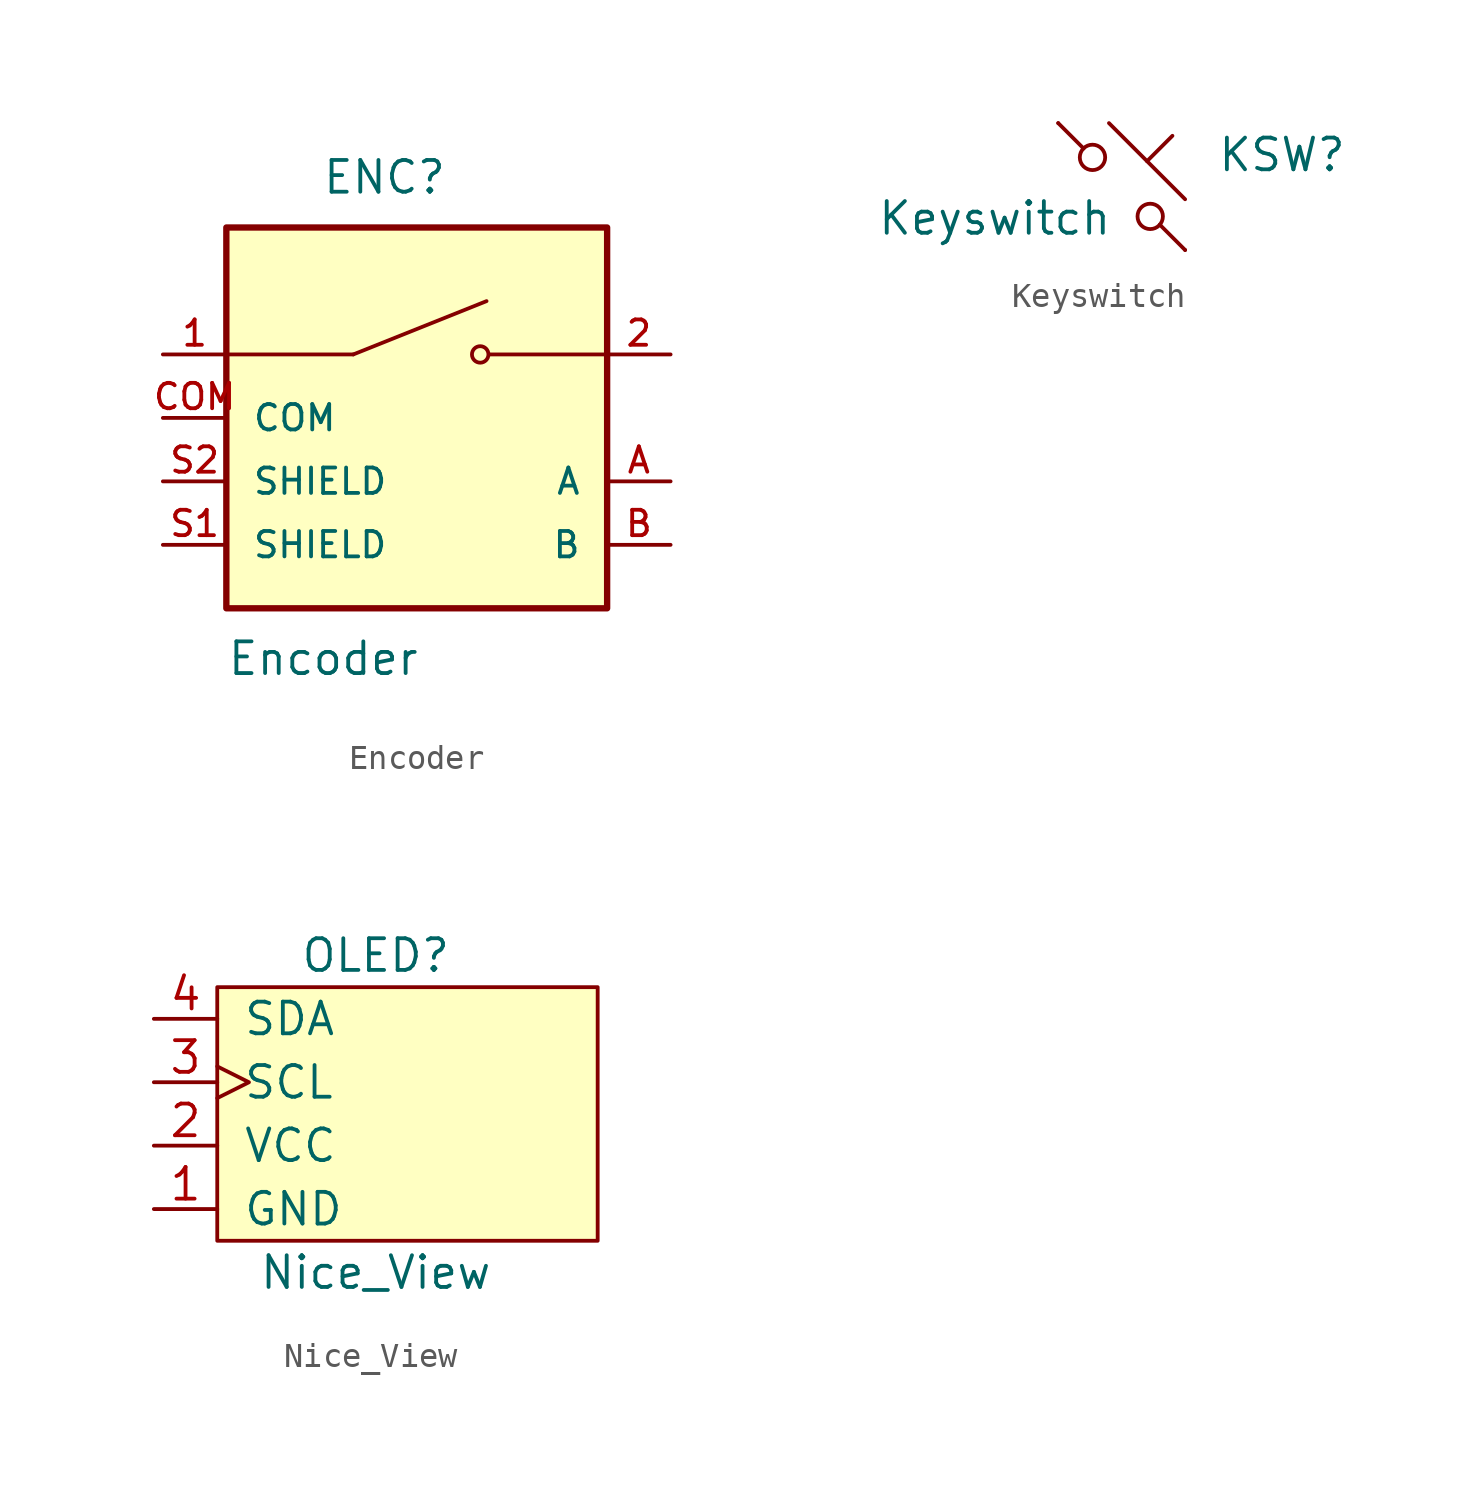
<source format=kicad_sym>
(kicad_symbol_lib
  (version 20220914)
  (generator kicad_symbol_editor)
  (symbol "Encoder"
    (pin_names
      (offset 1.016))
    (property "Reference" "ENC"
      (at -3.81 8.89 0)
      (effects (font (size 1.27 1.27)) (justify left bottom)))
    (property "Value" "Encoder"
      (at -7.62 -8.89 0)
      (effects (font (size 1.27 1.27)) (justify left top)))
    (symbol "Encoder_0_0"
      (rectangle (start -7.62 -7.62) (end 7.62 7.62) (stroke (width 0.254) (type default)) (fill (type background)))
      (polyline (pts (xy -2.54 2.54) (xy -7.62 2.54)) (stroke (width 0.152) (type default)) (fill (type none)))
      (polyline (pts (xy -2.54 2.54) (xy 2.794 4.674)) (stroke (width 0.152) (type default)) (fill (type none)))
      (polyline (pts (xy 7.62 2.54) (xy 2.921 2.54)) (stroke (width 0.152) (type default)) (fill (type none)))
      (circle (center 2.54 2.54) (radius 0.33) (stroke (width 0.152) (type default)) (fill (type none)))
      (pin passive line (at -10.16 2.54 0) (length 2.54) (name "~" (effects (font (size 1.016 1.016)))) (number "1" (effects (font (size 1.016 1.016)))))
      (pin passive line (at 10.16 2.54 180) (length 2.54) (name "~" (effects (font (size 1.016 1.016)))) (number "2" (effects (font (size 1.016 1.016)))))
      (pin passive line (at 10.16 -2.54 180) (length 2.54) (name "A" (effects (font (size 1.016 1.016)))) (number "A" (effects (font (size 1.016 1.016)))))
      (pin passive line (at 10.16 -5.08 180) (length 2.54) (name "B" (effects (font (size 1.016 1.016)))) (number "B" (effects (font (size 1.016 1.016)))))
      (pin passive line (at -10.16 0 0) (length 2.54) (name "COM" (effects (font (size 1.016 1.016)))) (number "COM" (effects (font (size 1.016 1.016)))))
      (pin passive line (at -10.16 -5.08 0) (length 2.54) (name "SHIELD" (effects (font (size 1.016 1.016)))) (number "S1" (effects (font (size 1.016 1.016)))))
      (pin passive line (at -10.16 -2.54 0) (length 2.54) (name "SHIELD" (effects (font (size 1.016 1.016)))) (number "S2" (effects (font (size 1.016 1.016)))))))
  (symbol "Keyswitch"
    (pin_numbers hide)
    (pin_names
      (offset 1.016) hide)
    (property "Reference" "KSW"
      (at 3.81 1.27 0)
      (effects (font (size 1.27 1.27)) (justify left)))
    (property "Value" "Keyswitch"
      (at -5.08 -1.27 0)
      (effects (font (size 1.27 1.27))))
    (symbol "Keyswitch_0_1"
      (circle (center -1.168 1.168) (radius 0.508) (stroke (width 0) (type default)) (fill (type none)))
      (polyline (pts (xy -0.508 2.54) (xy 2.54 -0.508)) (stroke (width 0) (type default)) (fill (type none)))
      (polyline (pts (xy 1.016 1.016) (xy 2.032 2.032)) (stroke (width 0) (type default)) (fill (type none)))
      (polyline (pts (xy -2.54 2.54) (xy -1.524 1.524) (xy -1.524 1.524)) (stroke (width 0) (type default)) (fill (type none)))
      (polyline (pts (xy 1.524 -1.524) (xy 2.54 -2.54) (xy 2.54 -2.54) (xy 2.54 -2.54)) (stroke (width 0) (type default)) (fill (type none)))
      (circle (center 1.143 -1.194) (radius 0.508) (stroke (width 0) (type default)) (fill (type none)))
      (pin passive line (at -2.54 2.54 0) (length 0) (name "1" (effects (font (size 1.27 1.27)))) (number "1" (effects (font (size 1.27 1.27)))))
      (pin passive line (at 2.54 -2.54 180) (length 0) (name "2" (effects (font (size 1.27 1.27)))) (number "2" (effects (font (size 1.27 1.27)))))))
  (symbol "Nice_View"
    (pin_names
      (offset 1.016))
    (property "Reference" "OLED"
      (at 6.35 6.35 0)
      (effects (font (size 1.27 1.27))))
    (property "Value" "Nice_View"
      (at 6.35 -6.35 0)
      (effects (font (size 1.27 1.27))))
    (symbol "Nice_View_0_1"
      (rectangle (start 0 5.08) (end 15.24 -5.08) (stroke (width 0) (type default)) (fill (type background))))
    (symbol "Nice_View_1_1"
      (pin power_in line (at -2.54 -3.81 0) (length 2.54) (name "GND" (effects (font (size 1.27 1.27)))) (number "1" (effects (font (size 1.27 1.27)))))
      (pin power_in line (at -2.54 -1.27 0) (length 2.54) (name "VCC" (effects (font (size 1.27 1.27)))) (number "2" (effects (font (size 1.27 1.27)))))
      (pin input clock (at -2.54 1.27 0) (length 2.54) (name "SCL" (effects (font (size 1.27 1.27)))) (number "3" (effects (font (size 1.27 1.27)))))
      (pin bidirectional line (at -2.54 3.81 0) (length 2.54) (name "SDA" (effects (font (size 1.27 1.27)))) (number "4" (effects (font (size 1.27 1.27))))))))
</source>
